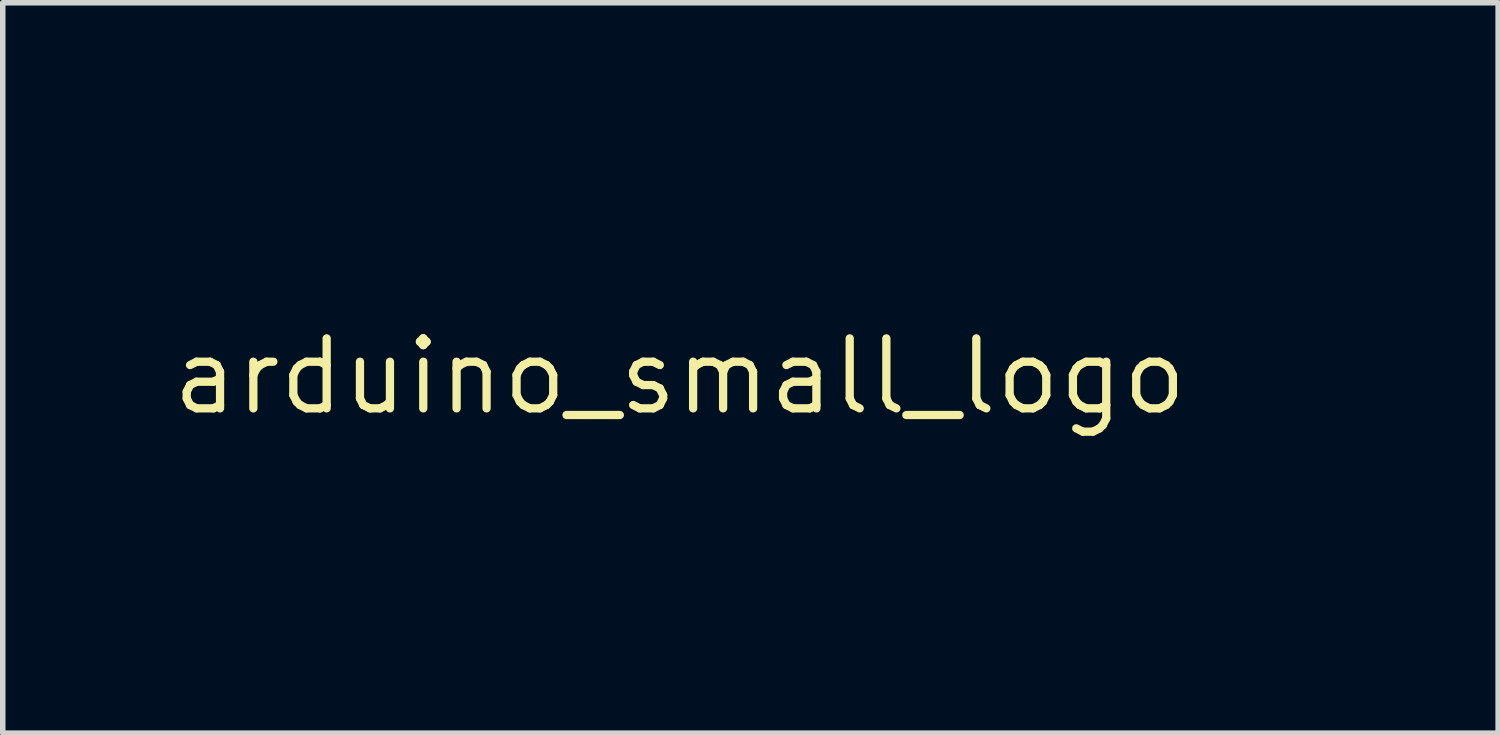
<source format=kicad_pcb>
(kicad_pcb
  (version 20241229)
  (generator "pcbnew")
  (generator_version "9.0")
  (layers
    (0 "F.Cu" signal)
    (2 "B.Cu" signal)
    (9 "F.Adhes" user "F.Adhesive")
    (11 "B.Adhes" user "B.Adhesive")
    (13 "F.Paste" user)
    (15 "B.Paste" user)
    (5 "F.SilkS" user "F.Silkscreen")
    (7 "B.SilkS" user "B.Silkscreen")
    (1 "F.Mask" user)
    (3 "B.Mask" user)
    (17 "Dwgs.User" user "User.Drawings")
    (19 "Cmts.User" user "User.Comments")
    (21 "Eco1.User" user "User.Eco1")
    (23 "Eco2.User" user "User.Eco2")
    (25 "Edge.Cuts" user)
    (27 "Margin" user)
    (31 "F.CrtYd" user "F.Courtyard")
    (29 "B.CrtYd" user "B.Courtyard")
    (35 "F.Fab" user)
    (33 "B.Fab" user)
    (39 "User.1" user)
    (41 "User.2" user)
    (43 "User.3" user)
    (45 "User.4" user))
  (footprint "arduino_small_logo"
    (layer "F.Cu")
    (at 9.29 3.783)
    (property "Reference" "arduino_small_logo" (at 0 0 0) (layer "F.SilkS") (effects (font (size 1.27 1.27) (thickness 0.15))))
    (attr through_hole)
    (fp_poly (pts (xy 7.62 2.149) (xy 7.659 2.193) (xy 7.659 2.199) (xy 7.627 2.246) (xy 7.524 2.262) (xy 7.511 2.262) (xy 7.401 2.249) (xy 7.363 2.205) (xy 7.363 2.199) (xy 7.395 2.152) (xy 7.497 2.135) (xy 7.511 2.135) (xy 7.62 2.149)) (stroke (width 0.01) (type solid)) (fill yes) (layer "F.Mask"))
    (fp_poly (pts (xy -2.924 -0.532) (xy -2.162 -0.532) (xy -2.162 0.188) (xy -2.924 0.188) (xy -2.924 0.95) (xy -3.644 0.95) (xy -3.644 0.188) (xy -4.406 0.188) (xy -4.406 -0.528) (xy -4.036 -0.541) (xy -3.665 -0.553) (xy -3.653 -0.923) (xy -3.641 -1.294) (xy -2.924 -1.294) (xy -2.924 -0.532)) (stroke (width 0.01) (type solid)) (fill yes) (layer "F.Mask"))
    (fp_poly (pts (xy 11.072 1.78) (xy 11.15 1.817) (xy 11.153 1.858) (xy 11.09 1.89) (xy 11.002 1.9) (xy 10.894 1.916) (xy 10.836 1.972) (xy 10.817 2.017) (xy 10.797 2.165) (xy 10.846 2.277) (xy 10.953 2.339) (xy 11.024 2.347) (xy 11.13 2.36) (xy 11.172 2.392) (xy 11.141 2.432) (xy 11.106 2.448) (xy 10.946 2.473) (xy 10.802 2.43) (xy 10.749 2.389) (xy 10.686 2.275) (xy 10.665 2.123) (xy 10.688 1.971) (xy 10.71 1.919) (xy 10.802 1.826) (xy 10.938 1.776) (xy 11.072 1.78)) (stroke (width 0.01) (type solid)) (fill yes) (layer "F.Mask"))
    (fp_poly (pts (xy 6.253 0.809) (xy 6.372 0.893) (xy 6.427 1.033) (xy 6.431 1.1) (xy 6.395 1.266) (xy 6.292 1.387) (xy 6.137 1.451) (xy 6.052 1.458) (xy 5.881 1.458) (xy 5.881 1.119) (xy 6.05 1.119) (xy 6.063 1.265) (xy 6.103 1.331) (xy 6.169 1.316) (xy 6.211 1.28) (xy 6.259 1.186) (xy 6.257 1.074) (xy 6.215 0.973) (xy 6.141 0.913) (xy 6.105 0.908) (xy 6.069 0.943) (xy 6.052 1.054) (xy 6.05 1.119) (xy 5.881 1.119) (xy 5.881 0.781) (xy 6.072 0.781) (xy 6.253 0.809)) (stroke (width 0.01) (type solid)) (fill yes) (layer "F.Mask"))
    (fp_poly (pts (xy 10.48 2.776) (xy 10.489 2.806) (xy 10.463 2.877) (xy 10.411 2.982) (xy 10.356 3.125) (xy 10.327 3.269) (xy 10.326 3.298) (xy 10.317 3.401) (xy 10.281 3.442) (xy 10.241 3.448) (xy 10.182 3.43) (xy 10.159 3.363) (xy 10.157 3.305) (xy 10.136 3.183) (xy 10.082 3.036) (xy 10.047 2.966) (xy 9.986 2.853) (xy 9.966 2.795) (xy 9.983 2.773) (xy 10.018 2.77) (xy 10.096 2.811) (xy 10.173 2.925) (xy 10.175 2.929) (xy 10.25 3.088) (xy 10.314 2.929) (xy 10.367 2.829) (xy 10.422 2.774) (xy 10.436 2.77) (xy 10.48 2.776)) (stroke (width 0.01) (type solid)) (fill yes) (layer "F.Mask"))
    (fp_poly (pts (xy 4.981 2.807) (xy 5.013 2.855) (xy 4.986 2.899) (xy 4.897 2.907) (xy 4.879 2.905) (xy 4.767 2.912) (xy 4.702 2.97) (xy 4.699 2.976) (xy 4.656 3.118) (xy 4.678 3.24) (xy 4.753 3.324) (xy 4.871 3.352) (xy 4.914 3.347) (xy 5.004 3.341) (xy 5.034 3.378) (xy 5.034 3.385) (xy 5.002 3.441) (xy 4.974 3.448) (xy 4.877 3.461) (xy 4.858 3.466) (xy 4.776 3.466) (xy 4.709 3.447) (xy 4.594 3.363) (xy 4.535 3.242) (xy 4.528 3.103) (xy 4.568 2.968) (xy 4.649 2.856) (xy 4.767 2.788) (xy 4.876 2.778) (xy 4.981 2.807)) (stroke (width 0.01) (type solid)) (fill yes) (layer "F.Mask"))
    (fp_poly (pts (xy 9.697 2.775) (xy 9.783 2.79) (xy 9.816 2.819) (xy 9.818 2.834) (xy 9.781 2.885) (xy 9.712 2.897) (xy 9.655 2.902) (xy 9.624 2.929) (xy 9.61 2.998) (xy 9.606 3.128) (xy 9.606 3.172) (xy 9.602 3.327) (xy 9.587 3.413) (xy 9.557 3.446) (xy 9.543 3.448) (xy 9.507 3.429) (xy 9.487 3.364) (xy 9.48 3.235) (xy 9.479 3.172) (xy 9.477 3.025) (xy 9.467 2.942) (xy 9.441 2.906) (xy 9.391 2.897) (xy 9.373 2.897) (xy 9.288 2.875) (xy 9.268 2.834) (xy 9.286 2.798) (xy 9.352 2.778) (xy 9.48 2.771) (xy 9.543 2.77) (xy 9.697 2.775)) (stroke (width 0.01) (type solid)) (fill yes) (layer "F.Mask"))
    (fp_poly (pts (xy 5.571 1.811) (xy 5.667 1.862) (xy 5.708 1.956) (xy 5.712 2.012) (xy 5.687 2.127) (xy 5.603 2.203) (xy 5.492 2.242) (xy 5.394 2.297) (xy 5.365 2.358) (xy 5.329 2.441) (xy 5.271 2.467) (xy 5.233 2.447) (xy 5.219 2.393) (xy 5.208 2.278) (xy 5.204 2.126) (xy 5.204 2.107) (xy 5.204 2.008) (xy 5.373 2.008) (xy 5.382 2.1) (xy 5.421 2.13) (xy 5.468 2.128) (xy 5.544 2.091) (xy 5.564 2.008) (xy 5.54 1.921) (xy 5.468 1.889) (xy 5.402 1.892) (xy 5.376 1.943) (xy 5.373 2.008) (xy 5.204 2.008) (xy 5.204 1.797) (xy 5.407 1.797) (xy 5.571 1.811)) (stroke (width 0.01) (type solid)) (fill yes) (layer "F.Mask"))
    (fp_poly (pts (xy 8.284 1.779) (xy 8.363 1.827) (xy 8.365 1.873) (xy 8.291 1.9) (xy 8.252 1.903) (xy 8.156 1.918) (xy 8.136 1.96) (xy 8.192 2.019) (xy 8.267 2.062) (xy 8.371 2.125) (xy 8.415 2.196) (xy 8.421 2.261) (xy 8.385 2.376) (xy 8.29 2.45) (xy 8.157 2.476) (xy 8.008 2.446) (xy 7.959 2.391) (xy 7.955 2.369) (xy 7.981 2.334) (xy 8.068 2.329) (xy 8.125 2.335) (xy 8.247 2.336) (xy 8.296 2.302) (xy 8.273 2.243) (xy 8.177 2.171) (xy 8.135 2.149) (xy 8.009 2.062) (xy 7.962 1.967) (xy 7.995 1.872) (xy 8.062 1.813) (xy 8.175 1.764) (xy 8.284 1.779)) (stroke (width 0.01) (type solid)) (fill yes) (layer "F.Mask"))
    (fp_poly (pts (xy 7.338 2.792) (xy 7.358 2.867) (xy 7.363 2.995) (xy 7.379 3.173) (xy 7.423 3.297) (xy 7.489 3.354) (xy 7.545 3.351) (xy 7.587 3.309) (xy 7.612 3.211) (xy 7.625 3.058) (xy 7.638 2.904) (xy 7.659 2.821) (xy 7.695 2.792) (xy 7.701 2.792) (xy 7.739 2.829) (xy 7.761 2.924) (xy 7.769 3.052) (xy 7.761 3.188) (xy 7.739 3.305) (xy 7.701 3.378) (xy 7.701 3.378) (xy 7.583 3.449) (xy 7.453 3.47) (xy 7.405 3.46) (xy 7.314 3.4) (xy 7.26 3.289) (xy 7.237 3.115) (xy 7.236 3.037) (xy 7.24 2.886) (xy 7.256 2.802) (xy 7.287 2.772) (xy 7.299 2.77) (xy 7.338 2.792)) (stroke (width 0.01) (type solid)) (fill yes) (layer "F.Mask"))
    (fp_poly (pts (xy 6.284 1.804) (xy 6.368 1.822) (xy 6.389 1.839) (xy 6.351 1.866) (xy 6.258 1.88) (xy 6.22 1.881) (xy 6.109 1.888) (xy 6.06 1.917) (xy 6.05 1.966) (xy 6.067 2.024) (xy 6.132 2.048) (xy 6.199 2.051) (xy 6.308 2.064) (xy 6.346 2.108) (xy 6.347 2.114) (xy 6.315 2.161) (xy 6.212 2.178) (xy 6.199 2.178) (xy 6.096 2.187) (xy 6.055 2.224) (xy 6.05 2.262) (xy 6.065 2.318) (xy 6.122 2.342) (xy 6.22 2.347) (xy 6.337 2.357) (xy 6.386 2.392) (xy 6.389 2.41) (xy 6.368 2.449) (xy 6.295 2.469) (xy 6.156 2.474) (xy 5.923 2.474) (xy 5.923 1.797) (xy 6.156 1.797) (xy 6.284 1.804)) (stroke (width 0.01) (type solid)) (fill yes) (layer "F.Mask"))
    (fp_poly (pts (xy 7.081 1.811) (xy 7.098 1.866) (xy 7.103 1.977) (xy 7.1 2.124) (xy 7.085 2.32) (xy 7.055 2.433) (xy 7.009 2.465) (xy 6.944 2.415) (xy 6.856 2.286) (xy 6.825 2.231) (xy 6.689 1.987) (xy 6.687 2.231) (xy 6.681 2.375) (xy 6.661 2.451) (xy 6.625 2.474) (xy 6.622 2.474) (xy 6.589 2.458) (xy 6.57 2.4) (xy 6.56 2.285) (xy 6.558 2.135) (xy 6.56 1.966) (xy 6.569 1.865) (xy 6.587 1.814) (xy 6.621 1.798) (xy 6.64 1.797) (xy 6.717 1.836) (xy 6.807 1.955) (xy 6.841 2.016) (xy 6.96 2.236) (xy 6.973 2.016) (xy 6.989 1.877) (xy 7.019 1.809) (xy 7.049 1.797) (xy 7.081 1.811)) (stroke (width 0.01) (type solid)) (fill yes) (layer "F.Mask"))
    (fp_poly (pts (xy 8.921 1.774) (xy 9.047 1.832) (xy 9.117 1.941) (xy 9.141 2.112) (xy 9.141 2.122) (xy 9.111 2.294) (xy 9.03 2.415) (xy 8.905 2.471) (xy 8.866 2.474) (xy 8.756 2.445) (xy 8.675 2.389) (xy 8.604 2.271) (xy 8.586 2.132) (xy 8.593 2.098) (xy 8.717 2.098) (xy 8.734 2.247) (xy 8.787 2.327) (xy 8.866 2.347) (xy 8.952 2.321) (xy 8.988 2.28) (xy 9.016 2.146) (xy 9.006 2.019) (xy 8.963 1.922) (xy 8.895 1.881) (xy 8.891 1.881) (xy 8.787 1.918) (xy 8.727 2.018) (xy 8.717 2.098) (xy 8.593 2.098) (xy 8.615 1.992) (xy 8.681 1.871) (xy 8.778 1.791) (xy 8.896 1.769) (xy 8.921 1.774)) (stroke (width 0.01) (type solid)) (fill yes) (layer "F.Mask"))
    (fp_poly (pts (xy 9.008 0.805) (xy 9.097 0.885) (xy 9.137 1.028) (xy 9.141 1.116) (xy 9.117 1.293) (xy 9.043 1.405) (xy 8.915 1.454) (xy 8.854 1.458) (xy 8.719 1.424) (xy 8.656 1.364) (xy 8.61 1.256) (xy 8.59 1.124) (xy 8.59 1.119) (xy 8.598 1.07) (xy 8.767 1.07) (xy 8.768 1.228) (xy 8.808 1.311) (xy 8.876 1.323) (xy 8.924 1.293) (xy 8.946 1.214) (xy 8.95 1.119) (xy 8.945 1) (xy 8.921 0.944) (xy 8.871 0.929) (xy 8.866 0.929) (xy 8.803 0.95) (xy 8.773 1.028) (xy 8.767 1.07) (xy 8.598 1.07) (xy 8.619 0.945) (xy 8.701 0.831) (xy 8.834 0.782) (xy 8.865 0.781) (xy 9.008 0.805)) (stroke (width 0.01) (type solid)) (fill yes) (layer "F.Mask"))
    (fp_poly (pts (xy 5.601 2.796) (xy 5.69 2.878) (xy 5.729 3.024) (xy 5.733 3.104) (xy 5.706 3.287) (xy 5.63 3.412) (xy 5.513 3.47) (xy 5.364 3.454) (xy 5.341 3.446) (xy 5.237 3.366) (xy 5.183 3.244) (xy 5.183 3.24) (xy 5.337 3.24) (xy 5.367 3.329) (xy 5.434 3.358) (xy 5.468 3.355) (xy 5.525 3.337) (xy 5.554 3.289) (xy 5.563 3.188) (xy 5.564 3.13) (xy 5.56 3.005) (xy 5.543 2.942) (xy 5.5 2.921) (xy 5.458 2.918) (xy 5.387 2.93) (xy 5.353 2.98) (xy 5.338 3.082) (xy 5.337 3.24) (xy 5.183 3.24) (xy 5.175 3.103) (xy 5.209 2.964) (xy 5.281 2.849) (xy 5.388 2.78) (xy 5.456 2.77) (xy 5.601 2.796)) (stroke (width 0.01) (type solid)) (fill yes) (layer "F.Mask"))
    (fp_poly (pts (xy 7.073 0.791) (xy 7.098 0.834) (xy 7.108 0.931) (xy 7.109 1.025) (xy 7.092 1.233) (xy 7.038 1.369) (xy 6.943 1.441) (xy 6.834 1.458) (xy 6.715 1.439) (xy 6.626 1.393) (xy 6.625 1.391) (xy 6.582 1.31) (xy 6.561 1.165) (xy 6.558 1.053) (xy 6.561 0.905) (xy 6.573 0.822) (xy 6.601 0.787) (xy 6.641 0.781) (xy 6.687 0.791) (xy 6.714 0.836) (xy 6.729 0.933) (xy 6.736 1.045) (xy 6.746 1.191) (xy 6.764 1.271) (xy 6.796 1.304) (xy 6.833 1.31) (xy 6.881 1.3) (xy 6.908 1.257) (xy 6.923 1.163) (xy 6.931 1.045) (xy 6.941 0.899) (xy 6.959 0.819) (xy 6.991 0.786) (xy 7.026 0.781) (xy 7.073 0.791)) (stroke (width 0.01) (type solid)) (fill yes) (layer "F.Mask"))
    (fp_poly (pts (xy 8.434 2.788) (xy 8.453 2.851) (xy 8.462 2.973) (xy 8.463 3.109) (xy 8.461 3.278) (xy 8.453 3.38) (xy 8.433 3.431) (xy 8.4 3.447) (xy 8.385 3.448) (xy 8.313 3.408) (xy 8.224 3.293) (xy 8.184 3.225) (xy 8.061 3.003) (xy 8.048 3.225) (xy 8.032 3.367) (xy 8.002 3.436) (xy 7.974 3.448) (xy 7.943 3.43) (xy 7.924 3.367) (xy 7.915 3.245) (xy 7.913 3.109) (xy 7.915 2.94) (xy 7.924 2.838) (xy 7.943 2.787) (xy 7.977 2.771) (xy 7.991 2.77) (xy 8.063 2.81) (xy 8.152 2.925) (xy 8.192 2.993) (xy 8.315 3.215) (xy 8.328 2.993) (xy 8.344 2.851) (xy 8.374 2.782) (xy 8.402 2.77) (xy 8.434 2.788)) (stroke (width 0.01) (type solid)) (fill yes) (layer "F.Mask"))
    (fp_poly (pts (xy 9.798 1.834) (xy 9.82 1.928) (xy 9.824 2.056) (xy 9.809 2.192) (xy 9.778 2.312) (xy 9.733 2.389) (xy 9.606 2.462) (xy 9.46 2.46) (xy 9.384 2.428) (xy 9.344 2.368) (xy 9.317 2.257) (xy 9.304 2.121) (xy 9.306 1.984) (xy 9.322 1.87) (xy 9.353 1.804) (xy 9.371 1.797) (xy 9.409 1.821) (xy 9.432 1.902) (xy 9.445 2.054) (xy 9.446 2.061) (xy 9.455 2.206) (xy 9.471 2.285) (xy 9.502 2.319) (xy 9.557 2.326) (xy 9.564 2.326) (xy 9.622 2.32) (xy 9.655 2.29) (xy 9.672 2.216) (xy 9.682 2.079) (xy 9.682 2.061) (xy 9.695 1.907) (xy 9.718 1.823) (xy 9.755 1.797) (xy 9.757 1.797) (xy 9.798 1.834)) (stroke (width 0.01) (type solid)) (fill yes) (layer "F.Mask"))
    (fp_poly (pts (xy 4.867 1.78) (xy 4.956 1.835) (xy 5.022 1.91) (xy 5.051 2.012) (xy 5.056 2.114) (xy 5.045 2.254) (xy 5.005 2.344) (xy 4.956 2.393) (xy 4.817 2.465) (xy 4.686 2.454) (xy 4.569 2.359) (xy 4.568 2.358) (xy 4.505 2.224) (xy 4.659 2.224) (xy 4.69 2.313) (xy 4.757 2.342) (xy 4.791 2.339) (xy 4.848 2.321) (xy 4.876 2.273) (xy 4.886 2.172) (xy 4.886 2.114) (xy 4.883 1.989) (xy 4.865 1.926) (xy 4.823 1.905) (xy 4.78 1.903) (xy 4.71 1.914) (xy 4.676 1.964) (xy 4.661 2.066) (xy 4.659 2.224) (xy 4.505 2.224) (xy 4.504 2.224) (xy 4.497 2.074) (xy 4.538 1.933) (xy 4.62 1.82) (xy 4.734 1.759) (xy 4.78 1.754) (xy 4.867 1.78)) (stroke (width 0.01) (type solid)) (fill yes) (layer "F.Mask"))
    (fp_poly (pts (xy 7.078 2.804) (xy 7.102 2.928) (xy 7.109 3.109) (xy 7.106 3.283) (xy 7.095 3.387) (xy 7.073 3.437) (xy 7.045 3.448) (xy 7.004 3.423) (xy 6.983 3.339) (xy 6.979 3.247) (xy 6.975 3.132) (xy 6.964 3.092) (xy 6.943 3.116) (xy 6.93 3.141) (xy 6.867 3.222) (xy 6.8 3.219) (xy 6.731 3.132) (xy 6.724 3.12) (xy 6.689 3.056) (xy 6.67 3.047) (xy 6.66 3.103) (xy 6.652 3.225) (xy 6.636 3.371) (xy 6.615 3.439) (xy 6.593 3.433) (xy 6.573 3.358) (xy 6.561 3.221) (xy 6.558 3.109) (xy 6.566 2.912) (xy 6.59 2.798) (xy 6.629 2.767) (xy 6.684 2.819) (xy 6.745 2.929) (xy 6.821 3.088) (xy 6.902 2.929) (xy 6.978 2.805) (xy 7.037 2.763) (xy 7.078 2.804)) (stroke (width 0.01) (type solid)) (fill yes) (layer "F.Mask"))
    (fp_poly (pts (xy 8.421 0.788) (xy 8.446 0.82) (xy 8.459 0.895) (xy 8.463 1.03) (xy 8.463 1.119) (xy 8.462 1.288) (xy 8.453 1.389) (xy 8.435 1.44) (xy 8.401 1.457) (xy 8.379 1.458) (xy 8.302 1.42) (xy 8.217 1.305) (xy 8.191 1.257) (xy 8.086 1.056) (xy 8.084 1.257) (xy 8.078 1.38) (xy 8.056 1.44) (xy 8.01 1.458) (xy 7.998 1.458) (xy 7.955 1.451) (xy 7.93 1.418) (xy 7.918 1.343) (xy 7.913 1.209) (xy 7.913 1.119) (xy 7.914 0.951) (xy 7.922 0.851) (xy 7.94 0.8) (xy 7.974 0.783) (xy 8.01 0.781) (xy 8.088 0.805) (xy 8.159 0.89) (xy 8.198 0.961) (xy 8.289 1.141) (xy 8.291 0.961) (xy 8.3 0.845) (xy 8.326 0.793) (xy 8.379 0.781) (xy 8.421 0.788)) (stroke (width 0.01) (type solid)) (fill yes) (layer "F.Mask"))
    (fp_poly (pts (xy 8.833 2.777) (xy 8.866 2.779) (xy 8.999 2.795) (xy 9.081 2.823) (xy 9.104 2.854) (xy 9.056 2.881) (xy 9.015 2.89) (xy 8.965 2.909) (xy 8.939 2.96) (xy 8.93 3.066) (xy 8.929 3.133) (xy 8.932 3.265) (xy 8.947 3.334) (xy 8.983 3.359) (xy 9.035 3.363) (xy 9.114 3.377) (xy 9.141 3.405) (xy 9.102 3.428) (xy 9.001 3.443) (xy 8.887 3.448) (xy 8.751 3.441) (xy 8.66 3.424) (xy 8.633 3.405) (xy 8.668 3.371) (xy 8.717 3.363) (xy 8.766 3.353) (xy 8.792 3.309) (xy 8.801 3.212) (xy 8.802 3.13) (xy 8.798 2.996) (xy 8.782 2.926) (xy 8.747 2.9) (xy 8.717 2.897) (xy 8.648 2.87) (xy 8.633 2.832) (xy 8.649 2.794) (xy 8.71 2.777) (xy 8.833 2.777)) (stroke (width 0.01) (type solid)) (fill yes) (layer "F.Mask"))
    (fp_poly (pts (xy 6.402 2.807) (xy 6.425 2.934) (xy 6.431 3.109) (xy 6.428 3.283) (xy 6.417 3.387) (xy 6.396 3.437) (xy 6.368 3.448) (xy 6.327 3.424) (xy 6.308 3.342) (xy 6.304 3.248) (xy 6.303 3.13) (xy 6.293 3.086) (xy 6.267 3.102) (xy 6.238 3.142) (xy 6.167 3.22) (xy 6.107 3.22) (xy 6.043 3.139) (xy 6.032 3.12) (xy 5.995 3.056) (xy 5.977 3.047) (xy 5.969 3.102) (xy 5.967 3.225) (xy 5.959 3.35) (xy 5.94 3.43) (xy 5.923 3.448) (xy 5.902 3.408) (xy 5.888 3.3) (xy 5.881 3.139) (xy 5.881 3.109) (xy 5.886 2.919) (xy 5.905 2.81) (xy 5.939 2.779) (xy 5.992 2.822) (xy 6.059 2.923) (xy 6.149 3.077) (xy 6.228 2.923) (xy 6.303 2.802) (xy 6.361 2.763) (xy 6.402 2.807)) (stroke (width 0.01) (type solid)) (fill yes) (layer "F.Mask"))
    (fp_poly (pts (xy 4.836 0.813) (xy 4.881 0.858) (xy 4.927 0.954) (xy 4.977 1.096) (xy 5.026 1.244) (xy 5.061 1.36) (xy 5.077 1.421) (xy 5.077 1.424) (xy 5.046 1.456) (xy 4.979 1.454) (xy 4.914 1.423) (xy 4.892 1.395) (xy 4.836 1.346) (xy 4.76 1.331) (xy 4.674 1.353) (xy 4.653 1.395) (xy 4.618 1.446) (xy 4.569 1.458) (xy 4.5 1.444) (xy 4.484 1.424) (xy 4.497 1.37) (xy 4.53 1.258) (xy 4.577 1.113) (xy 4.583 1.096) (xy 4.583 1.096) (xy 4.738 1.096) (xy 4.752 1.176) (xy 4.78 1.204) (xy 4.815 1.169) (xy 4.823 1.122) (xy 4.803 1.041) (xy 4.78 1.014) (xy 4.749 1.028) (xy 4.738 1.096) (xy 4.583 1.096) (xy 4.639 0.941) (xy 4.684 0.852) (xy 4.73 0.811) (xy 4.78 0.802) (xy 4.836 0.813)) (stroke (width 0.01) (type solid)) (fill yes) (layer "F.Mask"))
    (fp_poly (pts (xy 11.731 1.803) (xy 11.823 1.82) (xy 11.85 1.839) (xy 11.812 1.866) (xy 11.719 1.88) (xy 11.681 1.881) (xy 11.57 1.888) (xy 11.521 1.917) (xy 11.511 1.966) (xy 11.528 2.024) (xy 11.593 2.048) (xy 11.659 2.051) (xy 11.769 2.064) (xy 11.807 2.108) (xy 11.808 2.114) (xy 11.776 2.161) (xy 11.673 2.178) (xy 11.659 2.178) (xy 11.557 2.187) (xy 11.516 2.224) (xy 11.511 2.262) (xy 11.526 2.318) (xy 11.583 2.342) (xy 11.681 2.347) (xy 11.798 2.357) (xy 11.847 2.392) (xy 11.85 2.41) (xy 11.829 2.449) (xy 11.754 2.469) (xy 11.624 2.474) (xy 11.492 2.469) (xy 11.398 2.457) (xy 11.37 2.446) (xy 11.356 2.392) (xy 11.346 2.278) (xy 11.342 2.126) (xy 11.342 2.107) (xy 11.342 1.797) (xy 11.596 1.797) (xy 11.731 1.803)) (stroke (width 0.01) (type solid)) (fill yes) (layer "F.Mask"))
    (fp_poly (pts (xy 7.667 0.785) (xy 7.754 0.801) (xy 7.785 0.832) (xy 7.786 0.841) (xy 7.75 0.894) (xy 7.691 0.915) (xy 7.631 0.935) (xy 7.603 0.988) (xy 7.596 1.098) (xy 7.596 1.119) (xy 7.601 1.239) (xy 7.626 1.299) (xy 7.68 1.322) (xy 7.691 1.323) (xy 7.765 1.357) (xy 7.786 1.397) (xy 7.765 1.432) (xy 7.692 1.451) (xy 7.552 1.458) (xy 7.511 1.458) (xy 7.356 1.454) (xy 7.271 1.439) (xy 7.238 1.409) (xy 7.236 1.395) (xy 7.271 1.343) (xy 7.32 1.331) (xy 7.371 1.32) (xy 7.396 1.273) (xy 7.405 1.168) (xy 7.405 1.119) (xy 7.401 0.992) (xy 7.382 0.929) (xy 7.34 0.909) (xy 7.32 0.908) (xy 7.251 0.881) (xy 7.236 0.844) (xy 7.254 0.809) (xy 7.32 0.789) (xy 7.448 0.781) (xy 7.511 0.781) (xy 7.667 0.785)) (stroke (width 0.01) (type solid)) (fill yes) (layer "F.Mask"))
    (fp_poly (pts (xy 5.538 0.791) (xy 5.636 0.816) (xy 5.661 0.831) (xy 5.696 0.907) (xy 5.71 1.016) (xy 5.702 1.121) (xy 5.67 1.183) (xy 5.669 1.183) (xy 5.656 1.238) (xy 5.692 1.333) (xy 5.731 1.418) (xy 5.724 1.452) (xy 5.663 1.458) (xy 5.656 1.458) (xy 5.555 1.419) (xy 5.508 1.352) (xy 5.458 1.274) (xy 5.416 1.246) (xy 5.384 1.283) (xy 5.373 1.352) (xy 5.353 1.435) (xy 5.288 1.458) (xy 5.246 1.451) (xy 5.221 1.418) (xy 5.208 1.343) (xy 5.204 1.209) (xy 5.204 1.119) (xy 5.204 1.014) (xy 5.373 1.014) (xy 5.388 1.096) (xy 5.439 1.113) (xy 5.447 1.111) (xy 5.508 1.063) (xy 5.521 1.014) (xy 5.489 0.939) (xy 5.447 0.916) (xy 5.391 0.927) (xy 5.373 1.002) (xy 5.373 1.014) (xy 5.204 1.014) (xy 5.204 0.781) (xy 5.407 0.781) (xy 5.538 0.791)) (stroke (width 0.01) (type solid)) (fill yes) (layer "F.Mask"))
    (fp_poly (pts (xy 10.209 1.805) (xy 10.342 1.818) (xy 10.416 1.844) (xy 10.456 1.896) (xy 10.47 1.933) (xy 10.488 2.039) (xy 10.444 2.122) (xy 10.443 2.123) (xy 10.399 2.19) (xy 10.41 2.258) (xy 10.434 2.305) (xy 10.484 2.409) (xy 10.484 2.46) (xy 10.435 2.474) (xy 10.433 2.474) (xy 10.373 2.44) (xy 10.31 2.356) (xy 10.305 2.347) (xy 10.243 2.26) (xy 10.181 2.22) (xy 10.177 2.22) (xy 10.127 2.258) (xy 10.114 2.347) (xy 10.095 2.448) (xy 10.051 2.474) (xy 10.018 2.458) (xy 9.999 2.4) (xy 9.989 2.286) (xy 9.987 2.133) (xy 9.987 1.984) (xy 10.114 1.984) (xy 10.131 2.066) (xy 10.196 2.092) (xy 10.223 2.093) (xy 10.302 2.079) (xy 10.321 2.023) (xy 10.318 1.998) (xy 10.27 1.912) (xy 10.21 1.889) (xy 10.138 1.895) (xy 10.115 1.955) (xy 10.114 1.984) (xy 9.987 1.984) (xy 9.987 1.792) (xy 10.209 1.805)) (stroke (width 0.01) (type solid)) (fill yes) (layer "F.Mask"))
    (fp_poly (pts (xy 3.231 -3.772) (xy 3.256 -3.742) (xy 3.274 -3.718) (xy 3.336 -3.701) (xy 3.452 -3.691) (xy 3.634 -3.685) (xy 3.817 -3.683) (xy 4.097 -3.678) (xy 4.319 -3.664) (xy 4.512 -3.637) (xy 4.702 -3.595) (xy 4.738 -3.586) (xy 5.207 -3.426) (xy 5.661 -3.206) (xy 6.068 -2.939) (xy 6.086 -2.926) (xy 6.224 -2.822) (xy 6.337 -2.742) (xy 6.41 -2.696) (xy 6.425 -2.691) (xy 6.468 -2.659) (xy 6.547 -2.574) (xy 6.649 -2.453) (xy 6.762 -2.311) (xy 6.873 -2.163) (xy 6.968 -2.028) (xy 6.999 -1.978) (xy 7.188 -1.614) (xy 7.337 -1.198) (xy 7.439 -0.757) (xy 7.487 -0.317) (xy 7.49 -0.189) (xy 7.487 -0.015) (xy 7.474 0.088) (xy 7.441 0.135) (xy 7.379 0.14) (xy 7.289 0.119) (xy 7.241 0.1) (xy 7.213 0.063) (xy 7.199 -0.012) (xy 7.194 -0.142) (xy 7.193 -0.251) (xy 7.152 -0.721) (xy 7.035 -1.189) (xy 6.847 -1.638) (xy 6.596 -2.048) (xy 6.472 -2.207) (xy 6.368 -2.335) (xy 6.285 -2.445) (xy 6.24 -2.515) (xy 6.237 -2.521) (xy 6.183 -2.594) (xy 6.069 -2.697) (xy 5.909 -2.82) (xy 5.718 -2.951) (xy 5.576 -3.041) (xy 5.293 -3.185) (xy 4.959 -3.312) (xy 4.606 -3.411) (xy 4.268 -3.472) (xy 4.158 -3.483) (xy 3.986 -3.494) (xy 3.881 -3.494) (xy 3.828 -3.482) (xy 3.809 -3.453) (xy 3.807 -3.426) (xy 3.816 -3.386) (xy 3.856 -3.357) (xy 3.94 -3.333) (xy 4.085 -3.31) (xy 4.198 -3.296) (xy 4.404 -3.265) (xy 4.609 -3.228) (xy 4.775 -3.189) (xy 4.814 -3.178) (xy 4.941 -3.137) (xy 5.005 -3.1) (xy 5.023 -3.052) (xy 5.013 -2.974) (xy 5.004 -2.906) (xy 5.017 -2.855) (xy 5.066 -2.808) (xy 5.165 -2.749) (xy 5.297 -2.681) (xy 5.682 -2.437) (xy 6.027 -2.127) (xy 6.32 -1.762) (xy 6.551 -1.354) (xy 6.613 -1.209) (xy 6.693 -0.97) (xy 6.758 -0.715) (xy 6.8 -0.477) (xy 6.812 -0.312) (xy 6.8 -0.226) (xy 6.746 -0.196) (xy 6.69 -0.193) (xy 6.599 -0.173) (xy 6.544 -0.104) (xy 6.52 0.028) (xy 6.517 0.128) (xy 6.507 0.243) (xy 6.47 0.291) (xy 6.396 0.287) (xy 6.394 0.286) (xy 6.356 0.266) (xy 6.336 0.22) (xy 6.33 0.128) (xy 6.336 -0.027) (xy 6.338 -0.06) (xy 6.34 -0.253) (xy 6.329 -0.444) (xy 6.307 -0.618) (xy 6.276 -0.755) (xy 6.239 -0.84) (xy 6.206 -0.858) (xy 6.175 -0.806) (xy 6.177 -0.718) (xy 6.187 -0.623) (xy 6.193 -0.478) (xy 6.197 -0.302) (xy 6.198 -0.115) (xy 6.196 0.061) (xy 6.191 0.208) (xy 6.184 0.303) (xy 6.177 0.329) (xy 6.127 0.333) (xy 6.024 0.319) (xy 5.953 0.304) (xy 5.75 0.258) (xy 5.778 -0.023) (xy 5.773 -0.387) (xy 5.692 -0.737) (xy 5.54 -1.063) (xy 5.326 -1.356) (xy 5.056 -1.608) (xy 4.739 -1.81) (xy 4.38 -1.954) (xy 4.106 -2.016) (xy 3.691 -2.038) (xy 3.28 -1.976) (xy 2.873 -1.831) (xy 2.472 -1.603) (xy 2.078 -1.292) (xy 1.902 -1.124) (xy 1.764 -0.976) (xy 1.618 -0.804) (xy 1.475 -0.623) (xy 1.344 -0.447) (xy 1.238 -0.29) (xy 1.166 -0.168) (xy 1.14 -0.094) (xy 1.14 -0.094) (xy 1.167 -0.027) (xy 1.24 0.087) (xy 1.349 0.236) (xy 1.482 0.404) (xy 1.628 0.579) (xy 1.776 0.746) (xy 1.914 0.891) (xy 1.989 0.962) (xy 2.166 1.111) (xy 2.367 1.262) (xy 2.555 1.387) (xy 2.592 1.408) (xy 2.796 1.509) (xy 3.033 1.603) (xy 3.277 1.68) (xy 3.502 1.734) (xy 3.681 1.754) (xy 3.686 1.754) (xy 3.772 1.766) (xy 3.803 1.817) (xy 3.807 1.881) (xy 3.801 1.961) (xy 3.767 1.998) (xy 3.682 2.007) (xy 3.627 2.008) (xy 3.292 1.97) (xy 2.929 1.865) (xy 2.554 1.695) (xy 2.179 1.468) (xy 2.134 1.437) (xy 1.945 1.286) (xy 1.73 1.089) (xy 1.512 0.867) (xy 1.313 0.645) (xy 1.156 0.444) (xy 1.142 0.424) (xy 1.052 0.306) (xy 0.99 0.26) (xy 0.958 0.268) (xy 0.938 0.31) (xy 0.951 0.374) (xy 1.001 0.469) (xy 1.096 0.605) (xy 1.239 0.791) (xy 1.299 0.867) (xy 1.638 1.24) (xy 2.011 1.562) (xy 2.409 1.827) (xy 2.82 2.028) (xy 3.234 2.161) (xy 3.641 2.218) (xy 3.729 2.22) (xy 3.867 2.222) (xy 3.941 2.235) (xy 3.971 2.267) (xy 3.976 2.326) (xy 3.972 2.381) (xy 3.946 2.413) (xy 3.881 2.427) (xy 3.759 2.431) (xy 3.68 2.432) (xy 3.519 2.435) (xy 3.427 2.449) (xy 3.388 2.475) (xy 3.383 2.495) (xy 3.414 2.541) (xy 3.512 2.559) (xy 3.542 2.559) (xy 3.715 2.566) (xy 3.82 2.594) (xy 3.873 2.653) (xy 3.891 2.754) (xy 3.891 2.796) (xy 3.891 2.982) (xy 3.711 2.982) (xy 3.342 2.951) (xy 2.941 2.866) (xy 2.535 2.734) (xy 2.148 2.563) (xy 1.947 2.452) (xy 1.742 2.321) (xy 1.559 2.191) (xy 1.408 2.072) (xy 1.301 1.971) (xy 1.25 1.899) (xy 1.249 1.875) (xy 1.234 1.828) (xy 1.17 1.738) (xy 1.07 1.621) (xy 1.025 1.572) (xy 0.878 1.411) (xy 0.727 1.233) (xy 0.603 1.076) (xy 0.596 1.066) (xy 0.506 0.947) (xy 0.438 0.86) (xy 0.403 0.823) (xy 0.402 0.823) (xy 0.371 0.854) (xy 0.321 0.925) (xy 0.291 0.978) (xy 0.286 1.027) (xy 0.313 1.092) (xy 0.378 1.189) (xy 0.473 1.316) (xy 0.894 1.811) (xy 1.355 2.232) (xy 1.854 2.578) (xy 2.39 2.848) (xy 2.962 3.042) (xy 3.14 3.085) (xy 3.229 3.125) (xy 3.256 3.204) (xy 3.256 3.216) (xy 3.245 3.279) (xy 3.202 3.313) (xy 3.117 3.317) (xy 2.976 3.292) (xy 2.769 3.239) (xy 2.75 3.234) (xy 2.217 3.043) (xy 1.702 2.772) (xy 1.212 2.425) (xy 0.753 2.006) (xy 0.484 1.709) (xy 0.199 1.372) (xy -0.272 1.867) (xy -0.431 2.037) (xy -0.566 2.188) (xy -0.666 2.31) (xy -0.723 2.39) (xy -0.732 2.414) (xy -0.759 2.479) (xy -0.852 2.567) (xy -0.999 2.672) (xy -1.188 2.787) (xy -1.407 2.906) (xy -1.643 3.021) (xy -1.884 3.127) (xy -2.117 3.216) (xy -2.33 3.281) (xy -2.332 3.281) (xy -2.68 3.349) (xy -3.07 3.386) (xy -3.468 3.393) (xy -3.845 3.369) (xy -4.11 3.326) (xy -4.577 3.192) (xy -5.028 3.004) (xy -5.44 2.77) (xy -5.771 2.52) (xy -5.869 2.445) (xy -5.944 2.407) (xy -5.967 2.407) (xy -6.021 2.394) (xy -6.108 2.321) (xy -6.129 2.298) (xy -4.87 2.298) (xy -4.547 2.432) (xy -4.348 2.507) (xy -4.134 2.574) (xy -3.949 2.621) (xy -3.945 2.622) (xy -3.771 2.649) (xy -3.568 2.669) (xy -3.361 2.68) (xy -3.171 2.682) (xy -3.024 2.675) (xy -2.949 2.66) (xy -2.897 2.6) (xy -2.882 2.515) (xy -2.887 2.4) (xy -2.912 2.326) (xy -2.973 2.285) (xy -3.085 2.266) (xy -3.264 2.262) (xy -3.299 2.262) (xy -3.764 2.227) (xy -4.196 2.121) (xy -4.429 2.031) (xy -4.556 1.976) (xy -4.648 1.942) (xy -4.682 1.934) (xy -4.705 1.975) (xy -4.753 2.066) (xy -4.781 2.121) (xy -4.87 2.298) (xy -6.129 2.298) (xy -6.217 2.201) (xy -6.341 2.047) (xy -6.468 1.873) (xy -6.59 1.692) (xy -6.697 1.517) (xy -6.78 1.362) (xy -6.828 1.24) (xy -6.837 1.19) (xy -6.812 1.117) (xy -6.719 1.068) (xy -6.701 1.062) (xy -6.606 1.022) (xy -6.583 0.972) (xy -6.588 0.954) (xy -6.644 0.787) (xy -6.692 0.594) (xy -6.732 0.392) (xy -6.759 0.197) (xy -6.773 0.025) (xy -6.772 -0.107) (xy -6.753 -0.182) (xy -6.734 -0.193) (xy -6.711 -0.231) (xy -6.695 -0.33) (xy -6.692 -0.419) (xy -6.661 -0.741) (xy -6.572 -1.094) (xy -6.435 -1.457) (xy -6.257 -1.809) (xy -6.047 -2.126) (xy -6.039 -2.137) (xy -5.906 -2.304) (xy -5.81 -2.409) (xy -5.743 -2.459) (xy -5.694 -2.464) (xy -5.668 -2.446) (xy -5.659 -2.398) (xy -5.703 -2.317) (xy -5.807 -2.192) (xy -5.808 -2.191) (xy -6.062 -1.857) (xy -6.275 -1.475) (xy -6.415 -1.122) (xy -6.464 -0.945) (xy -6.505 -0.753) (xy -6.536 -0.566) (xy -6.555 -0.4) (xy -6.559 -0.273) (xy -6.547 -0.202) (xy -6.534 -0.193) (xy -6.51 -0.154) (xy -6.486 -0.052) (xy -6.466 0.092) (xy -6.464 0.109) (xy -6.389 0.519) (xy -6.244 0.939) (xy -6.038 1.346) (xy -5.781 1.72) (xy -5.705 1.81) (xy -5.618 1.904) (xy -5.564 1.938) (xy -5.525 1.923) (xy -5.513 1.91) (xy -5.496 1.867) (xy -5.512 1.805) (xy -5.57 1.71) (xy -5.675 1.565) (xy -5.676 1.564) (xy -5.928 1.19) (xy -6.108 0.825) (xy -6.222 0.449) (xy -6.278 0.042) (xy -6.285 -0.158) (xy -5.623 -0.158) (xy -5.602 0.131) (xy -5.596 0.167) (xy -5.488 0.529) (xy -5.307 0.874) (xy -5.063 1.191) (xy -4.767 1.469) (xy -4.431 1.695) (xy -4.066 1.859) (xy -3.935 1.899) (xy -3.71 1.94) (xy -3.438 1.96) (xy -3.155 1.958) (xy -2.896 1.933) (xy -2.843 1.924) (xy -2.555 1.847) (xy -2.238 1.722) (xy -1.925 1.564) (xy -1.877 1.537) (xy -1.699 1.412) (xy -1.489 1.234) (xy -1.267 1.023) (xy -1.049 0.794) (xy -0.852 0.565) (xy -0.703 0.365) (xy -0.493 0.056) (xy -0.597 -0.142) (xy -0.773 -0.429) (xy -0.998 -0.732) (xy -1.256 -1.03) (xy -1.53 -1.306) (xy -1.803 -1.541) (xy -2.049 -1.712) (xy -2.471 -1.92) (xy -2.895 -2.044) (xy -3.317 -2.086) (xy -3.735 -2.045) (xy -4.146 -1.919) (xy -4.222 -1.886) (xy -4.474 -1.741) (xy -4.721 -1.542) (xy -4.938 -1.313) (xy -5.101 -1.078) (xy -5.111 -1.058) (xy -5.182 -0.926) (xy -5.233 -0.856) (xy -5.283 -0.836) (xy -5.351 -0.852) (xy -5.397 -0.869) (xy -5.468 -0.888) (xy -5.509 -0.862) (xy -5.543 -0.773) (xy -5.549 -0.752) (xy -5.604 -0.468) (xy -5.623 -0.158) (xy -6.285 -0.158) (xy -6.286 -0.172) (xy -6.291 -0.353) (xy -6.303 -0.502) (xy -6.318 -0.598) (xy -6.329 -0.623) (xy -6.347 -0.684) (xy -6.333 -0.806) (xy -6.291 -0.971) (xy -6.225 -1.164) (xy -6.141 -1.368) (xy -6.103 -1.45) (xy -5.854 -1.871) (xy -5.661 -2.099) (xy -2.028 -2.099) (xy -2.021 -2.052) (xy -1.976 -2.001) (xy -1.882 -1.931) (xy -1.766 -1.854) (xy -1.531 -1.675) (xy -1.277 -1.437) (xy -1.018 -1.16) (xy -0.772 -0.861) (xy -0.553 -0.561) (xy -0.378 -0.277) (xy -0.309 -0.141) (xy -0.247 -0.025) (xy -0.201 0.011) (xy -0.165 -0.031) (xy -0.148 -0.086) (xy -0.155 -0.203) (xy -0.217 -0.366) (xy -0.324 -0.566) (xy -0.47 -0.79) (xy -0.646 -1.029) (xy -0.843 -1.273) (xy -1.054 -1.51) (xy -1.271 -1.729) (xy -1.485 -1.921) (xy -1.639 -2.04) (xy -1.792 -2.146) (xy -1.893 -2.204) (xy -1.956 -2.218) (xy -1.993 -2.192) (xy -2.01 -2.158) (xy -2.028 -2.099) (xy -5.661 -2.099) (xy -5.54 -2.241) (xy -5.415 -2.347) (xy -4.594 -2.347) (xy -4.538 -2.325) (xy -4.497 -2.335) (xy -4.424 -2.364) (xy -4.297 -2.41) (xy -4.144 -2.465) (xy -4.135 -2.468) (xy -3.77 -2.559) (xy -3.373 -2.596) (xy -2.979 -2.577) (xy -2.799 -2.547) (xy -2.613 -2.514) (xy -2.49 -2.507) (xy -2.443 -2.52) (xy -2.446 -2.558) (xy -2.519 -2.597) (xy -2.645 -2.635) (xy -2.81 -2.669) (xy -2.999 -2.696) (xy -3.195 -2.714) (xy -3.383 -2.719) (xy -3.549 -2.711) (xy -3.553 -2.71) (xy -3.78 -2.676) (xy -4.003 -2.627) (xy -4.209 -2.57) (xy -4.385 -2.507) (xy -4.515 -2.445) (xy -4.588 -2.388) (xy -4.594 -2.347) (xy -5.415 -2.347) (xy -5.17 -2.555) (xy -4.75 -2.808) (xy -4.287 -2.996) (xy -3.787 -3.114) (xy -3.591 -3.139) (xy -3.438 -3.158) (xy -3.351 -3.18) (xy -3.313 -3.212) (xy -3.305 -3.253) (xy -3.299 -3.297) (xy -3.268 -3.319) (xy -3.194 -3.323) (xy -3.058 -3.312) (xy -3.02 -3.308) (xy -2.474 -3.213) (xy -1.953 -3.039) (xy -1.454 -2.784) (xy -1.069 -2.522) (xy -0.89 -2.375) (xy -0.691 -2.19) (xy -0.488 -1.986) (xy -0.298 -1.78) (xy -0.138 -1.59) (xy -0.025 -1.433) (xy -0.013 -1.413) (xy 0.043 -1.331) (xy 0.086 -1.294) (xy 0.088 -1.294) (xy 0.133 -1.321) (xy 0.121 -1.4) (xy 0.056 -1.523) (xy -0.057 -1.683) (xy -0.214 -1.875) (xy -0.409 -2.092) (xy -0.639 -2.327) (xy -0.689 -2.376) (xy -0.972 -2.641) (xy -1.228 -2.85) (xy -1.476 -3.017) (xy -1.738 -3.155) (xy -2.035 -3.276) (xy -2.247 -3.35) (xy -2.394 -3.396) (xy -2.521 -3.429) (xy -2.65 -3.45) (xy -2.8 -3.463) (xy -2.993 -3.469) (xy -3.249 -3.471) (xy -3.263 -3.471) (xy -3.626 -3.466) (xy -3.927 -3.445) (xy -4.188 -3.403) (xy -4.43 -3.336) (xy -4.677 -3.239) (xy -4.893 -3.136) (xy -5.068 -3.052) (xy -5.183 -3.005) (xy -5.254 -2.992) (xy -5.294 -3.007) (xy -5.298 -3.012) (xy -5.324 -3.064) (xy -5.307 -3.115) (xy -5.237 -3.174) (xy -5.105 -3.248) (xy -4.931 -3.333) (xy -4.596 -3.476) (xy -4.289 -3.576) (xy -3.98 -3.639) (xy -3.639 -3.671) (xy -3.348 -3.679) (xy -3.078 -3.677) (xy -2.866 -3.667) (xy -2.683 -3.646) (xy -2.504 -3.61) (xy -2.395 -3.584) (xy -1.83 -3.395) (xy -1.294 -3.127) (xy -1.091 -2.999) (xy -0.951 -2.909) (xy -0.837 -2.842) (xy -0.769 -2.808) (xy -0.758 -2.806) (xy -0.717 -2.782) (xy -0.63 -2.71) (xy -0.513 -2.602) (xy -0.377 -2.471) (xy -0.236 -2.331) (xy -0.104 -2.193) (xy 0.006 -2.072) (xy 0.044 -2.027) (xy 0.19 -1.851) (xy 0.368 -2.059) (xy 2.168 -2.059) (xy 2.174 -2.025) (xy 2.207 -1.984) (xy 2.216 -1.975) (xy 2.274 -1.919) (xy 2.326 -1.914) (xy 2.41 -1.955) (xy 2.421 -1.961) (xy 2.515 -2.005) (xy 2.56 -1.996) (xy 2.567 -1.982) (xy 2.603 -1.961) (xy 2.687 -1.985) (xy 2.762 -2.021) (xy 2.922 -2.091) (xy 3.095 -2.151) (xy 3.129 -2.16) (xy 3.253 -2.201) (xy 3.315 -2.252) (xy 3.335 -2.312) (xy 3.353 -2.386) (xy 3.393 -2.434) (xy 3.47 -2.461) (xy 3.6 -2.475) (xy 3.798 -2.478) (xy 3.817 -2.478) (xy 3.991 -2.483) (xy 4.119 -2.495) (xy 4.183 -2.513) (xy 4.188 -2.521) (xy 4.148 -2.566) (xy 4.034 -2.594) (xy 3.856 -2.602) (xy 3.653 -2.591) (xy 3.353 -2.557) (xy 3.099 -2.503) (xy 2.854 -2.419) (xy 2.6 -2.306) (xy 2.403 -2.211) (xy 2.272 -2.143) (xy 2.197 -2.096) (xy 2.168 -2.059) (xy 0.368 -2.059) (xy 0.486 -2.197) (xy 0.785 -2.511) (xy 1.13 -2.817) (xy 1.494 -3.092) (xy 1.851 -3.315) (xy 1.902 -3.342) (xy 2.128 -3.453) (xy 2.363 -3.553) (xy 2.594 -3.64) (xy 2.809 -3.708) (xy 2.995 -3.756) (xy 3.14 -3.778) (xy 3.231 -3.772)) (stroke (width 0.01) (type solid)) (fill yes) (layer "F.Mask")))
  (gr_rect
    (start -3 -3)
    (end 24.145 10.258)
    (stroke (width 0.1) (type default))
    (fill no)
    (layer "Edge.Cuts")))
</source>
